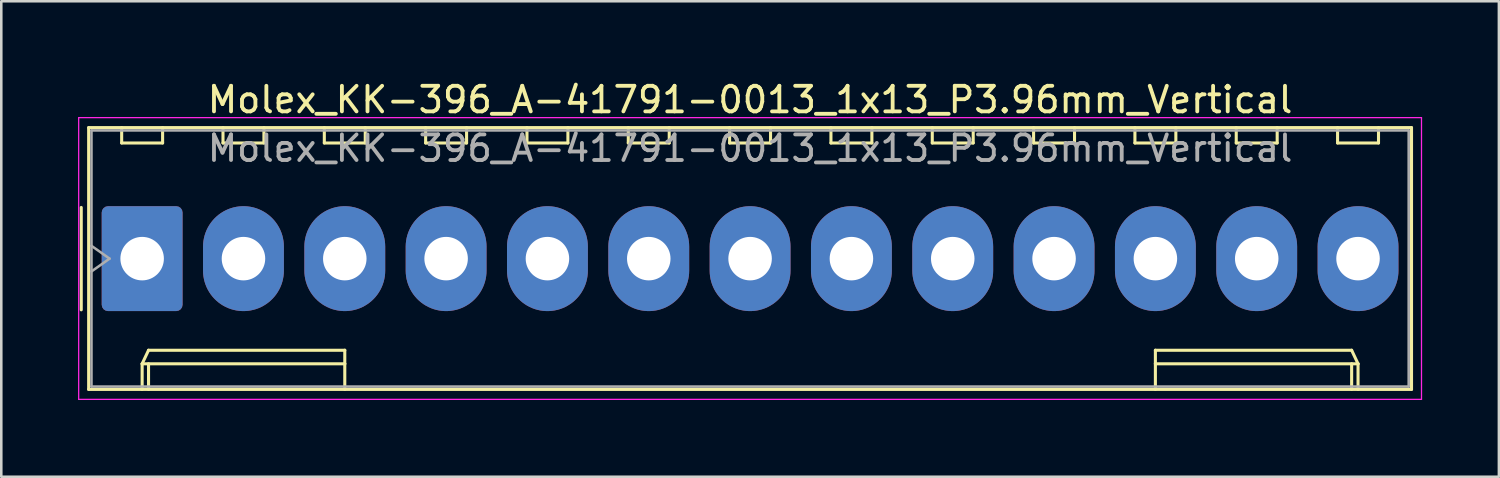
<source format=kicad_pcb>
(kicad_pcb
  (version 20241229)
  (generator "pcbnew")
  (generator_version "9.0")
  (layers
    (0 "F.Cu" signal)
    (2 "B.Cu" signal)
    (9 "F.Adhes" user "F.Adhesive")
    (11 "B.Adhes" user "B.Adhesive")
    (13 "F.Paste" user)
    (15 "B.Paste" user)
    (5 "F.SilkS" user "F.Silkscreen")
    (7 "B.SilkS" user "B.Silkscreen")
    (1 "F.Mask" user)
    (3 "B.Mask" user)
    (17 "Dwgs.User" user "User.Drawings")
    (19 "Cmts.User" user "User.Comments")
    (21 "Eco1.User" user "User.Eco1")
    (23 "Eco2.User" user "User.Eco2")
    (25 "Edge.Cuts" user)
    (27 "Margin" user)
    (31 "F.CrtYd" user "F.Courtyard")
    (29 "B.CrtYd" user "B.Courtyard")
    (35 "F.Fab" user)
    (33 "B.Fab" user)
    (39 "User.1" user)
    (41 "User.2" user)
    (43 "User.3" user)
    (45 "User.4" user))
  (footprint "Molex_KK-396_A-41791-0013_1x13_P3.96mm_Vertical"
    (layer "F.Cu")
    (at 2.505 7.058)
    (property "Reference" "Molex_KK-396_A-41791-0013_1x13_P3.96mm_Vertical" (at 23.76 -6.21 0) (layer "F.SilkS") (effects (font (size 1 1) (thickness 0.15))))
    (attr through_hole)
    (fp_line (start -2.38 -2) (end -2.38 2) (stroke (width 0.12) (type solid)) (layer "F.SilkS"))
    (fp_line (start -2.09 -5.12) (end -2.09 5.11) (stroke (width 0.12) (type solid)) (layer "F.SilkS"))
    (fp_line (start -2.09 5.11) (end 49.61 5.11) (stroke (width 0.12) (type solid)) (layer "F.SilkS"))
    (fp_line (start -0.8 -5.12) (end -0.8 -4.52) (stroke (width 0.12) (type solid)) (layer "F.SilkS"))
    (fp_line (start -0.8 -4.52) (end 0.8 -4.52) (stroke (width 0.12) (type solid)) (layer "F.SilkS"))
    (fp_line (start 0 4.11) (end 0.25 3.58) (stroke (width 0.12) (type solid)) (layer "F.SilkS"))
    (fp_line (start 0 4.11) (end 7.92 4.11) (stroke (width 0.12) (type solid)) (layer "F.SilkS"))
    (fp_line (start 0 5.11) (end 0 4.11) (stroke (width 0.12) (type solid)) (layer "F.SilkS"))
    (fp_line (start 0.25 3.58) (end 7.92 3.58) (stroke (width 0.12) (type solid)) (layer "F.SilkS"))
    (fp_line (start 0.25 5.11) (end 0.25 4.11) (stroke (width 0.12) (type solid)) (layer "F.SilkS"))
    (fp_line (start 0.8 -4.52) (end 0.8 -5.12) (stroke (width 0.12) (type solid)) (layer "F.SilkS"))
    (fp_line (start 3.16 -5.12) (end 3.16 -4.52) (stroke (width 0.12) (type solid)) (layer "F.SilkS"))
    (fp_line (start 3.16 -4.52) (end 4.76 -4.52) (stroke (width 0.12) (type solid)) (layer "F.SilkS"))
    (fp_line (start 4.76 -4.52) (end 4.76 -5.12) (stroke (width 0.12) (type solid)) (layer "F.SilkS"))
    (fp_line (start 7.12 -5.12) (end 7.12 -4.52) (stroke (width 0.12) (type solid)) (layer "F.SilkS"))
    (fp_line (start 7.12 -4.52) (end 8.72 -4.52) (stroke (width 0.12) (type solid)) (layer "F.SilkS"))
    (fp_line (start 7.92 3.58) (end 7.92 4.11) (stroke (width 0.12) (type solid)) (layer "F.SilkS"))
    (fp_line (start 7.92 4.11) (end 7.92 5.11) (stroke (width 0.12) (type solid)) (layer "F.SilkS"))
    (fp_line (start 8.72 -4.52) (end 8.72 -5.12) (stroke (width 0.12) (type solid)) (layer "F.SilkS"))
    (fp_line (start 11.08 -5.12) (end 11.08 -4.52) (stroke (width 0.12) (type solid)) (layer "F.SilkS"))
    (fp_line (start 11.08 -4.52) (end 12.68 -4.52) (stroke (width 0.12) (type solid)) (layer "F.SilkS"))
    (fp_line (start 12.68 -4.52) (end 12.68 -5.12) (stroke (width 0.12) (type solid)) (layer "F.SilkS"))
    (fp_line (start 15.04 -5.12) (end 15.04 -4.52) (stroke (width 0.12) (type solid)) (layer "F.SilkS"))
    (fp_line (start 15.04 -4.52) (end 16.64 -4.52) (stroke (width 0.12) (type solid)) (layer "F.SilkS"))
    (fp_line (start 16.64 -4.52) (end 16.64 -5.12) (stroke (width 0.12) (type solid)) (layer "F.SilkS"))
    (fp_line (start 19 -5.12) (end 19 -4.52) (stroke (width 0.12) (type solid)) (layer "F.SilkS"))
    (fp_line (start 19 -4.52) (end 20.6 -4.52) (stroke (width 0.12) (type solid)) (layer "F.SilkS"))
    (fp_line (start 20.6 -4.52) (end 20.6 -5.12) (stroke (width 0.12) (type solid)) (layer "F.SilkS"))
    (fp_line (start 22.96 -5.12) (end 22.96 -4.52) (stroke (width 0.12) (type solid)) (layer "F.SilkS"))
    (fp_line (start 22.96 -4.52) (end 24.56 -4.52) (stroke (width 0.12) (type solid)) (layer "F.SilkS"))
    (fp_line (start 24.56 -4.52) (end 24.56 -5.12) (stroke (width 0.12) (type solid)) (layer "F.SilkS"))
    (fp_line (start 26.92 -5.12) (end 26.92 -4.52) (stroke (width 0.12) (type solid)) (layer "F.SilkS"))
    (fp_line (start 26.92 -4.52) (end 28.52 -4.52) (stroke (width 0.12) (type solid)) (layer "F.SilkS"))
    (fp_line (start 28.52 -4.52) (end 28.52 -5.12) (stroke (width 0.12) (type solid)) (layer "F.SilkS"))
    (fp_line (start 30.88 -5.12) (end 30.88 -4.52) (stroke (width 0.12) (type solid)) (layer "F.SilkS"))
    (fp_line (start 30.88 -4.52) (end 32.48 -4.52) (stroke (width 0.12) (type solid)) (layer "F.SilkS"))
    (fp_line (start 32.48 -4.52) (end 32.48 -5.12) (stroke (width 0.12) (type solid)) (layer "F.SilkS"))
    (fp_line (start 34.84 -5.12) (end 34.84 -4.52) (stroke (width 0.12) (type solid)) (layer "F.SilkS"))
    (fp_line (start 34.84 -4.52) (end 36.44 -4.52) (stroke (width 0.12) (type solid)) (layer "F.SilkS"))
    (fp_line (start 36.44 -4.52) (end 36.44 -5.12) (stroke (width 0.12) (type solid)) (layer "F.SilkS"))
    (fp_line (start 38.8 -5.12) (end 38.8 -4.52) (stroke (width 0.12) (type solid)) (layer "F.SilkS"))
    (fp_line (start 38.8 -4.52) (end 40.4 -4.52) (stroke (width 0.12) (type solid)) (layer "F.SilkS"))
    (fp_line (start 39.6 3.58) (end 39.6 4.11) (stroke (width 0.12) (type solid)) (layer "F.SilkS"))
    (fp_line (start 39.6 4.11) (end 39.6 5.11) (stroke (width 0.12) (type solid)) (layer "F.SilkS"))
    (fp_line (start 40.4 -4.52) (end 40.4 -5.12) (stroke (width 0.12) (type solid)) (layer "F.SilkS"))
    (fp_line (start 42.76 -5.12) (end 42.76 -4.52) (stroke (width 0.12) (type solid)) (layer "F.SilkS"))
    (fp_line (start 42.76 -4.52) (end 44.36 -4.52) (stroke (width 0.12) (type solid)) (layer "F.SilkS"))
    (fp_line (start 44.36 -4.52) (end 44.36 -5.12) (stroke (width 0.12) (type solid)) (layer "F.SilkS"))
    (fp_line (start 46.72 -5.12) (end 46.72 -4.52) (stroke (width 0.12) (type solid)) (layer "F.SilkS"))
    (fp_line (start 46.72 -4.52) (end 48.32 -4.52) (stroke (width 0.12) (type solid)) (layer "F.SilkS"))
    (fp_line (start 47.27 3.58) (end 39.6 3.58) (stroke (width 0.12) (type solid)) (layer "F.SilkS"))
    (fp_line (start 47.27 5.11) (end 47.27 4.11) (stroke (width 0.12) (type solid)) (layer "F.SilkS"))
    (fp_line (start 47.52 4.11) (end 39.6 4.11) (stroke (width 0.12) (type solid)) (layer "F.SilkS"))
    (fp_line (start 47.52 4.11) (end 47.27 3.58) (stroke (width 0.12) (type solid)) (layer "F.SilkS"))
    (fp_line (start 47.52 5.11) (end 47.52 4.11) (stroke (width 0.12) (type solid)) (layer "F.SilkS"))
    (fp_line (start 48.32 -4.52) (end 48.32 -5.12) (stroke (width 0.12) (type solid)) (layer "F.SilkS"))
    (fp_line (start 49.61 -5.12) (end -2.09 -5.12) (stroke (width 0.12) (type solid)) (layer "F.SilkS"))
    (fp_line (start 49.61 5.11) (end 49.61 -5.12) (stroke (width 0.12) (type solid)) (layer "F.SilkS"))
    (fp_line (start -2.48 -5.51) (end -2.48 5.5) (stroke (width 0.05) (type solid)) (layer "F.CrtYd"))
    (fp_line (start -2.48 5.5) (end 50 5.5) (stroke (width 0.05) (type solid)) (layer "F.CrtYd"))
    (fp_line (start 50 -5.51) (end -2.48 -5.51) (stroke (width 0.05) (type solid)) (layer "F.CrtYd"))
    (fp_line (start 50 5.5) (end 50 -5.51) (stroke (width 0.05) (type solid)) (layer "F.CrtYd"))
    (fp_line (start -1.98 -5.01) (end -1.98 5) (stroke (width 0.1) (type solid)) (layer "F.Fab"))
    (fp_line (start -1.98 -0.5) (end -1.273 0) (stroke (width 0.1) (type solid)) (layer "F.Fab"))
    (fp_line (start -1.98 5) (end 49.5 5) (stroke (width 0.1) (type solid)) (layer "F.Fab"))
    (fp_line (start -1.273 0) (end -1.98 0.5) (stroke (width 0.1) (type solid)) (layer "F.Fab"))
    (fp_line (start 49.5 -5.01) (end -1.98 -5.01) (stroke (width 0.1) (type solid)) (layer "F.Fab"))
    (fp_line (start 49.5 5) (end 49.5 -5.01) (stroke (width 0.1) (type solid)) (layer "F.Fab"))
    (fp_text user "${REFERENCE}" (at 23.76 -4.31 0) (layer "F.Fab") (effects (font (size 1 1) (thickness 0.15))))
    (pad "1" thru_hole roundrect (at 0 0) (size 3.16 4.1) (drill 1.7) (layers "*.Cu" "*.Mask") (roundrect_rratio 0.079))
    (pad "2" thru_hole oval (at 3.96 0) (size 3.16 4.1) (drill 1.7) (layers "*.Cu" "*.Mask"))
    (pad "3" thru_hole oval (at 7.92 0) (size 3.16 4.1) (drill 1.7) (layers "*.Cu" "*.Mask"))
    (pad "4" thru_hole oval (at 11.88 0) (size 3.16 4.1) (drill 1.7) (layers "*.Cu" "*.Mask"))
    (pad "5" thru_hole oval (at 15.84 0) (size 3.16 4.1) (drill 1.7) (layers "*.Cu" "*.Mask"))
    (pad "6" thru_hole oval (at 19.8 0) (size 3.16 4.1) (drill 1.7) (layers "*.Cu" "*.Mask"))
    (pad "7" thru_hole oval (at 23.76 0) (size 3.16 4.1) (drill 1.7) (layers "*.Cu" "*.Mask"))
    (pad "8" thru_hole oval (at 27.72 0) (size 3.16 4.1) (drill 1.7) (layers "*.Cu" "*.Mask"))
    (pad "9" thru_hole oval (at 31.68 0) (size 3.16 4.1) (drill 1.7) (layers "*.Cu" "*.Mask"))
    (pad "10" thru_hole oval (at 35.64 0) (size 3.16 4.1) (drill 1.7) (layers "*.Cu" "*.Mask"))
    (pad "11" thru_hole oval (at 39.6 0) (size 3.16 4.1) (drill 1.7) (layers "*.Cu" "*.Mask"))
    (pad "12" thru_hole oval (at 43.56 0) (size 3.16 4.1) (drill 1.7) (layers "*.Cu" "*.Mask"))
    (pad "13" thru_hole oval (at 47.52 0) (size 3.16 4.1) (drill 1.7) (layers "*.Cu" "*.Mask")))
  (gr_rect
    (start -3 -3)
    (end 55.53 15.583)
    (stroke (width 0.1) (type default))
    (fill no)
    (layer "Edge.Cuts")))
</source>
